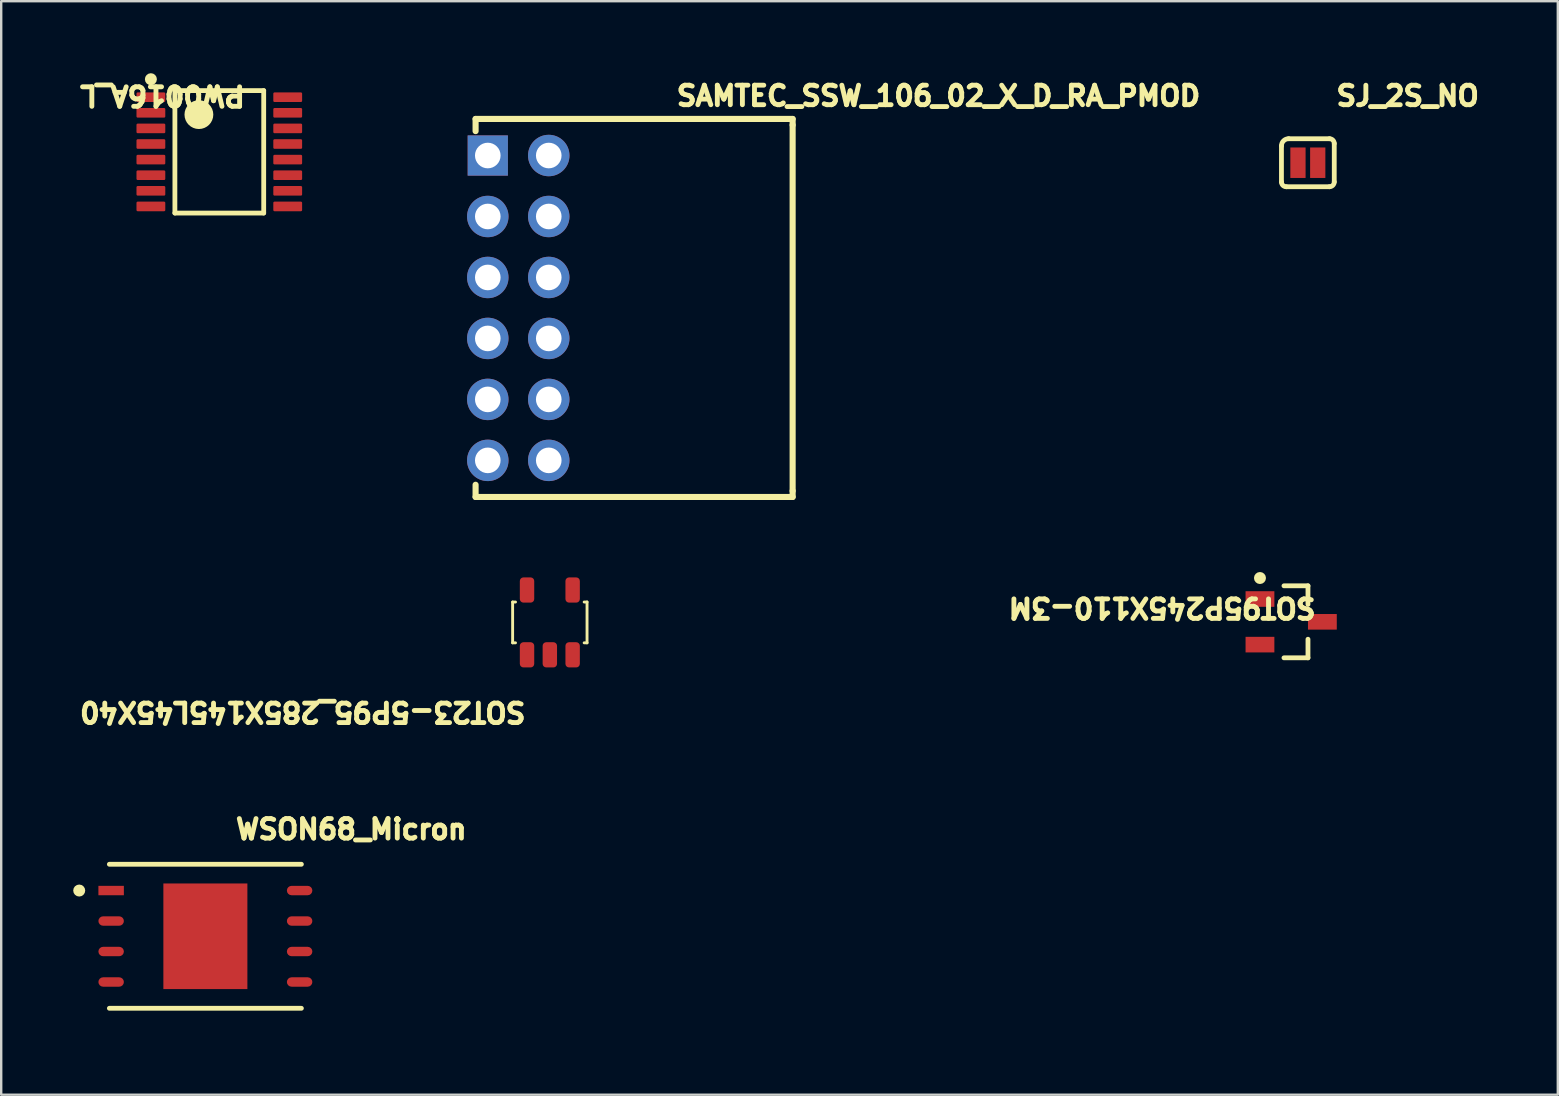
<source format=kicad_pcb>
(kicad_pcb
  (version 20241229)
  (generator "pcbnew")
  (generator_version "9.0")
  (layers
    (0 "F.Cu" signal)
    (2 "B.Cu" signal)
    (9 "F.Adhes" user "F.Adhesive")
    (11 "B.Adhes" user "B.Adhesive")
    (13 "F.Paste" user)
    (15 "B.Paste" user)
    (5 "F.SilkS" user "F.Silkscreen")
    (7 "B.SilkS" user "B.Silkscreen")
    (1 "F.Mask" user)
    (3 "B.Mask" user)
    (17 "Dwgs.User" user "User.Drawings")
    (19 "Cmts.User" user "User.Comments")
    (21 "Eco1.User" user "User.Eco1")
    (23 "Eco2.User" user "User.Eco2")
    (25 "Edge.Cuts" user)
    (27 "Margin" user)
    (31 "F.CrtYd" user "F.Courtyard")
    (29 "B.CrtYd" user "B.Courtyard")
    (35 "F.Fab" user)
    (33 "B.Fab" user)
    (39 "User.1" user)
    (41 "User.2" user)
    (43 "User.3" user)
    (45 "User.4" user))
  (footprint "SAMTEC_SSW_106_02_X_D_RA_PMOD"
    (layer "F.Cu")
    (at 17.271 3.429)
    (property "Reference" "SAMTEC_SSW_106_02_X_D_RA_PMOD" (at 7.764 -2.007 0) (unlocked yes) (layer "F.SilkS") (effects (font (size 0.813 0.813) (thickness 0.203)) (justify left bottom)))
    (fp_line (start -0.508 -1.016) (end -0.508 -1.524) (stroke (width 0.254) (type solid)) (layer "F.SilkS"))
    (fp_line (start -0.508 14.224) (end -0.508 13.716) (stroke (width 0.254) (type solid)) (layer "F.SilkS"))
    (fp_line (start 12.7 -1.524) (end -0.508 -1.524) (stroke (width 0.254) (type solid)) (layer "F.SilkS"))
    (fp_line (start 12.7 -1.27) (end 12.7 -1.524) (stroke (width 0.254) (type solid)) (layer "F.SilkS"))
    (fp_line (start 12.7 13.97) (end 12.7 -1.27) (stroke (width 0.254) (type solid)) (layer "F.SilkS"))
    (fp_line (start 12.7 14.224) (end -0.508 14.224) (stroke (width 0.254) (type solid)) (layer "F.SilkS"))
    (fp_line (start 12.7 14.224) (end 12.7 13.97) (stroke (width 0.254) (type solid)) (layer "F.SilkS"))
    (pad "1" thru_hole rect (at 0 0) (size 1.676 1.676) (drill 1.067) (layers "*.Cu" "*.Mask"))
    (pad "2" thru_hole circle (at 0 2.54) (size 1.727 1.727) (drill 1.067) (layers "*.Cu" "*.Mask"))
    (pad "3" thru_hole circle (at 0 5.08) (size 1.727 1.727) (drill 1.067) (layers "*.Cu" "*.Mask"))
    (pad "4" thru_hole circle (at 0 7.62) (size 1.727 1.727) (drill 1.067) (layers "*.Cu" "*.Mask"))
    (pad "5" thru_hole circle (at 0 10.16) (size 1.727 1.727) (drill 1.067) (layers "*.Cu" "*.Mask"))
    (pad "6" thru_hole circle (at 0 12.7) (size 1.727 1.727) (drill 1.067) (layers "*.Cu" "*.Mask"))
    (pad "7" thru_hole circle (at 2.54 0) (size 1.727 1.727) (drill 1.067) (layers "*.Cu" "*.Mask"))
    (pad "8" thru_hole circle (at 2.54 2.54) (size 1.727 1.727) (drill 1.067) (layers "*.Cu" "*.Mask"))
    (pad "9" thru_hole circle (at 2.54 5.08) (size 1.727 1.727) (drill 1.067) (layers "*.Cu" "*.Mask"))
    (pad "10" thru_hole circle (at 2.54 7.62) (size 1.727 1.727) (drill 1.067) (layers "*.Cu" "*.Mask"))
    (pad "11" thru_hole circle (at 2.54 10.16) (size 1.727 1.727) (drill 1.067) (layers "*.Cu" "*.Mask"))
    (pad "12" thru_hole circle (at 2.54 12.7) (size 1.727 1.727) (drill 1.067) (layers "*.Cu" "*.Mask")))
  (footprint "PW0016A_L"
    (layer "F.Cu")
    (at 6.086 3.275)
    (property "Reference" "PW0016A_L" (at 1.173 -2.819 180) (unlocked yes) (layer "F.SilkS") (effects (font (size 0.813 0.813) (thickness 0.203)) (justify left bottom)))
    (fp_line (start -1.85 -2.55) (end -1.85 2.55) (stroke (width 0.2) (type solid)) (layer "F.SilkS"))
    (fp_line (start -1.85 -2.55) (end 1.85 -2.55) (stroke (width 0.2) (type solid)) (layer "F.SilkS"))
    (fp_line (start -1.85 2.55) (end 1.85 2.55) (stroke (width 0.2) (type solid)) (layer "F.SilkS"))
    (fp_line (start 1.85 -2.55) (end 1.85 2.55) (stroke (width 0.2) (type solid)) (layer "F.SilkS"))
    (fp_circle (center -2.85 -3.025) (end -2.85 -3.15) (stroke (width 0.25) (type solid)) (fill no) (layer "F.SilkS"))
    (fp_circle (center -0.85 -1.55) (end -0.85 -1.85) (stroke (width 0.6) (type solid)) (fill no) (layer "F.SilkS"))
    (fp_line (start -3.55 -2.65) (end -3.55 2.65) (stroke (width 0.05) (type solid)) (layer "Eco1.User"))
    (fp_line (start -3.55 -2.65) (end 3.55 -2.65) (stroke (width 0.05) (type solid)) (layer "Eco1.User"))
    (fp_line (start -3.55 2.65) (end 3.55 2.65) (stroke (width 0.05) (type solid)) (layer "Eco1.User"))
    (fp_line (start -2.25 -2.55) (end -2.25 2.55) (stroke (width 0.1) (type solid)) (layer "Eco1.User"))
    (fp_line (start -2.25 -2.55) (end 2.25 -2.55) (stroke (width 0.1) (type solid)) (layer "Eco1.User"))
    (fp_line (start -2.25 2.55) (end 2.25 2.55) (stroke (width 0.1) (type solid)) (layer "Eco1.User"))
    (fp_line (start -0.5 0) (end 0.5 0) (stroke (width 0.1) (type solid)) (layer "Eco1.User"))
    (fp_line (start 0 -0.5) (end 0 0.5) (stroke (width 0.1) (type solid)) (layer "Eco1.User"))
    (fp_line (start 2.25 -2.55) (end 2.25 2.55) (stroke (width 0.1) (type solid)) (layer "Eco1.User"))
    (fp_line (start 3.55 -2.65) (end 3.55 2.65) (stroke (width 0.05) (type solid)) (layer "Eco1.User"))
    (fp_circle (center -1.35 -1.65) (end -1.35 -2.15) (stroke (width 0.1) (type solid)) (fill no) (layer "Eco1.User"))
    (fp_text user "${REFERENCE}" (at -1.524 0.508 180) (unlocked yes) (layer "User.1") (effects (font (size 1.016 1.016) (thickness 0.178)) (justify left bottom mirror)))
    (pad "1" smd roundrect (at -2.85 -2.275 270) (size 0.4 1.2) (layers "F.Cu" "F.Mask" "F.Paste") (roundrect_rratio 0.125))
    (pad "2" smd roundrect (at -2.85 -1.625 270) (size 0.4 1.2) (layers "F.Cu" "F.Mask" "F.Paste") (roundrect_rratio 0.125))
    (pad "3" smd roundrect (at -2.85 -0.975 270) (size 0.4 1.2) (layers "F.Cu" "F.Mask" "F.Paste") (roundrect_rratio 0.125))
    (pad "4" smd roundrect (at -2.85 -0.325 270) (size 0.4 1.2) (layers "F.Cu" "F.Mask" "F.Paste") (roundrect_rratio 0.125))
    (pad "5" smd roundrect (at -2.85 0.325 270) (size 0.4 1.2) (layers "F.Cu" "F.Mask" "F.Paste") (roundrect_rratio 0.125))
    (pad "6" smd roundrect (at -2.85 0.975 270) (size 0.4 1.2) (layers "F.Cu" "F.Mask" "F.Paste") (roundrect_rratio 0.125))
    (pad "7" smd roundrect (at -2.85 1.625 270) (size 0.4 1.2) (layers "F.Cu" "F.Mask" "F.Paste") (roundrect_rratio 0.125))
    (pad "8" smd roundrect (at -2.85 2.275 270) (size 0.4 1.2) (layers "F.Cu" "F.Mask" "F.Paste") (roundrect_rratio 0.125))
    (pad "9" smd roundrect (at 2.85 2.275 270) (size 0.4 1.2) (layers "F.Cu" "F.Mask" "F.Paste") (roundrect_rratio 0.125))
    (pad "10" smd roundrect (at 2.85 1.625 270) (size 0.4 1.2) (layers "F.Cu" "F.Mask" "F.Paste") (roundrect_rratio 0.125))
    (pad "11" smd roundrect (at 2.85 0.975 270) (size 0.4 1.2) (layers "F.Cu" "F.Mask" "F.Paste") (roundrect_rratio 0.125))
    (pad "12" smd roundrect (at 2.85 0.325 270) (size 0.4 1.2) (layers "F.Cu" "F.Mask" "F.Paste") (roundrect_rratio 0.125))
    (pad "13" smd roundrect (at 2.85 -0.325 270) (size 0.4 1.2) (layers "F.Cu" "F.Mask" "F.Paste") (roundrect_rratio 0.125))
    (pad "14" smd roundrect (at 2.85 -0.975 270) (size 0.4 1.2) (layers "F.Cu" "F.Mask" "F.Paste") (roundrect_rratio 0.125))
    (pad "15" smd roundrect (at 2.85 -1.625 270) (size 0.4 1.2) (layers "F.Cu" "F.Mask" "F.Paste") (roundrect_rratio 0.125))
    (pad "16" smd roundrect (at 2.85 -2.275 270) (size 0.4 1.2) (layers "F.Cu" "F.Mask" "F.Paste") (roundrect_rratio 0.125)))
  (footprint "WSON68_Micron"
    (layer "F.Cu")
    (at 5.506 35.955)
    (property "Reference" "WSON68_Micron" (at 1.164 -3.98 0) (unlocked yes) (layer "F.SilkS") (effects (font (size 0.813 0.813) (thickness 0.203)) (justify left bottom)))
    (fp_line (start 4 -3) (end -4 -3) (stroke (width 0.2) (type solid)) (layer "F.SilkS"))
    (fp_line (start 4 3) (end -4 3) (stroke (width 0.2) (type solid)) (layer "F.SilkS"))
    (fp_circle (center -5.256 -1.905) (end -5.131 -1.905) (stroke (width 0.25) (type solid)) (fill no) (layer "F.SilkS"))
    (fp_rect (start 1.036 1.486) (end -1.036 -1.486) (stroke (width 0) (type default)) (fill yes) (layer "F.Paste"))
    (fp_line (start -4.956 -3.5) (end -4.956 3.5) (stroke (width 0.2) (type solid)) (layer "Eco1.User"))
    (fp_line (start -4.956 -3.5) (end -4.956 3.5) (stroke (width 0.2) (type solid)) (layer "Eco1.User"))
    (fp_line (start -4 -3) (end -4 3) (stroke (width 0.2) (type solid)) (layer "Eco1.User"))
    (fp_line (start 0 -0.5) (end 0 0.5) (stroke (width 0.1) (type solid)) (layer "Eco1.User"))
    (fp_line (start 0.5 0) (end -0.5 0) (stroke (width 0.1) (type solid)) (layer "Eco1.User"))
    (fp_line (start 4 -3) (end -4 -3) (stroke (width 0.2) (type solid)) (layer "Eco1.User"))
    (fp_line (start 4 -3) (end 4 3) (stroke (width 0.2) (type solid)) (layer "Eco1.User"))
    (fp_line (start 4 3) (end -4 3) (stroke (width 0.2) (type solid)) (layer "Eco1.User"))
    (fp_line (start 4.956 -3.5) (end -4.956 -3.5) (stroke (width 0.2) (type solid)) (layer "Eco1.User"))
    (fp_line (start 4.956 -3.5) (end -4.956 -3.5) (stroke (width 0.2) (type solid)) (layer "Eco1.User"))
    (fp_line (start 4.956 -3.5) (end 4.956 3.5) (stroke (width 0.2) (type solid)) (layer "Eco1.User"))
    (fp_line (start 4.956 -3.5) (end 4.956 3.5) (stroke (width 0.2) (type solid)) (layer "Eco1.User"))
    (fp_line (start 4.956 3.5) (end -4.956 3.5) (stroke (width 0.2) (type solid)) (layer "Eco1.User"))
    (fp_line (start 4.956 3.5) (end -4.956 3.5) (stroke (width 0.2) (type solid)) (layer "Eco1.User"))
    (fp_text user "${REFERENCE}" (at 0 0.178 180) (unlocked yes) (layer "Eco1.User") (effects (font (face "Arial") (size 0.63 0.63) (thickness 0.1)) (justify left bottom mirror)))
    (pad "1" smd rect (at -3.926 -1.905 180) (size 1.061 0.392) (layers "F.Cu" "F.Mask" "F.Paste"))
    (pad "2" smd roundrect (at -3.926 -0.635 180) (size 1.061 0.392) (layers "F.Cu" "F.Mask" "F.Paste") (roundrect_rratio 0.5))
    (pad "3" smd roundrect (at -3.926 0.635 180) (size 1.061 0.392) (layers "F.Cu" "F.Mask" "F.Paste") (roundrect_rratio 0.5))
    (pad "4" smd roundrect (at -3.926 1.905 180) (size 1.061 0.392) (layers "F.Cu" "F.Mask" "F.Paste") (roundrect_rratio 0.5))
    (pad "5" smd roundrect (at 3.926 1.905 180) (size 1.061 0.392) (layers "F.Cu" "F.Mask" "F.Paste") (roundrect_rratio 0.5))
    (pad "6" smd roundrect (at 3.926 0.635 180) (size 1.061 0.392) (layers "F.Cu" "F.Mask" "F.Paste") (roundrect_rratio 0.5))
    (pad "7" smd roundrect (at 3.926 -0.635 180) (size 1.061 0.392) (layers "F.Cu" "F.Mask" "F.Paste") (roundrect_rratio 0.5))
    (pad "8" smd roundrect (at 3.926 -1.905 180) (size 1.061 0.392) (layers "F.Cu" "F.Mask" "F.Paste") (roundrect_rratio 0.5))
    (pad "9" smd rect (at 0 0 180) (size 3.5 4.4) (layers "F.Cu" "F.Mask" "F.Paste")))
  (footprint "SJ_2S_NO"
    (layer "F.Cu")
    (at 51.435 3.729)
    (property "Reference" "SJ_2S_NO" (at 1.083 -2.306 0) (unlocked yes) (layer "F.SilkS") (effects (font (size 0.813 0.813) (thickness 0.203)) (justify left bottom)))
    (attr allow_soldermask_bridges)
    (fp_rect (start 0.9 0.8) (end -0.9 -0.8) (stroke (width 0) (type default)) (fill yes) (layer "F.Mask"))
    (fp_line (start -1.1 0.8) (end -1.1 -0.7) (stroke (width 0.2) (type solid)) (layer "F.SilkS"))
    (fp_line (start 0.9 -1) (end -0.8 -1) (stroke (width 0.2) (type solid)) (layer "F.SilkS"))
    (fp_line (start 0.9 1) (end -0.9 1) (stroke (width 0.2) (type solid)) (layer "F.SilkS"))
    (fp_line (start 1.1 0.8) (end 1.1 -0.8) (stroke (width 0.2) (type solid)) (layer "F.SilkS"))
    (fp_arc (start -1.1 -0.7) (mid -1.012132 -0.912132) (end -0.8 -1) (stroke (width 0.2) (type solid)) (layer "F.SilkS"))
    (fp_arc (start -0.9 1) (mid -1.041421 0.941421) (end -1.1 0.8) (stroke (width 0.2) (type solid)) (layer "F.SilkS"))
    (fp_arc (start 0.9 -1) (mid 1.041421 -0.941421) (end 1.1 -0.8) (stroke (width 0.2) (type solid)) (layer "F.SilkS"))
    (fp_arc (start 1.1 0.8) (mid 1.041421 0.941421) (end 0.9 1) (stroke (width 0.2) (type solid)) (layer "F.SilkS"))
    (pad "1" smd rect (at -0.412 0 180) (size 0.635 1.27) (layers "F.Cu" "F.Mask" "F.Paste"))
    (pad "2" smd rect (at 0.412 0 180) (size 0.635 1.27) (layers "F.Cu" "F.Mask" "F.Paste")))
  (footprint "SOT23-5P95_285X145L45X40"
    (layer "F.Cu")
    (at 19.856 22.88)
    (property "Reference" "SOT23-5P95_285X145L45X40" (at -0.908 3.25 180) (unlocked yes) (layer "F.SilkS") (effects (font (size 0.813 0.813) (thickness 0.203)) (justify left bottom)))
    (fp_line (start -1.55 -0.85) (end -1.55 0.85) (stroke (width 0.12) (type solid)) (layer "F.SilkS"))
    (fp_line (start -1.43 -0.85) (end -1.55 -0.85) (stroke (width 0.12) (type solid)) (layer "F.SilkS"))
    (fp_line (start -1.43 0.85) (end -1.55 0.85) (stroke (width 0.12) (type solid)) (layer "F.SilkS"))
    (fp_line (start 1.55 -0.85) (end 1.43 -0.85) (stroke (width 0.12) (type solid)) (layer "F.SilkS"))
    (fp_line (start 1.55 -0.85) (end 1.55 0.85) (stroke (width 0.12) (type solid)) (layer "F.SilkS"))
    (fp_line (start 1.55 0.85) (end 1.43 0.85) (stroke (width 0.12) (type solid)) (layer "F.SilkS"))
    (fp_line (start -1.75 -1.05) (end -1.75 1.05) (stroke (width 0.05) (type solid)) (layer "Eco1.User"))
    (fp_line (start -1.45 -2.075) (end -1.45 -1.05) (stroke (width 0.05) (type solid)) (layer "Eco1.User"))
    (fp_line (start -1.45 -2.075) (end 1.45 -2.075) (stroke (width 0.05) (type solid)) (layer "Eco1.User"))
    (fp_line (start -1.45 -1.05) (end -1.75 -1.05) (stroke (width 0.05) (type solid)) (layer "Eco1.User"))
    (fp_line (start -1.45 1.05) (end -1.75 1.05) (stroke (width 0.05) (type solid)) (layer "Eco1.User"))
    (fp_line (start -1.45 1.05) (end -1.45 2.075) (stroke (width 0.05) (type solid)) (layer "Eco1.User"))
    (fp_line (start -1.45 2.075) (end 1.45 2.075) (stroke (width 0.05) (type solid)) (layer "Eco1.User"))
    (fp_line (start 0 -0.35) (end 0 0.35) (stroke (width 0.05) (type solid)) (layer "Eco1.User"))
    (fp_line (start 0.35 0) (end -0.35 0) (stroke (width 0.05) (type solid)) (layer "Eco1.User"))
    (fp_line (start 1.45 -2.075) (end 1.45 -1.05) (stroke (width 0.05) (type solid)) (layer "Eco1.User"))
    (fp_line (start 1.45 1.05) (end 1.45 2.075) (stroke (width 0.05) (type solid)) (layer "Eco1.User"))
    (fp_line (start 1.75 -1.05) (end 1.45 -1.05) (stroke (width 0.05) (type solid)) (layer "Eco1.User"))
    (fp_line (start 1.75 -1.05) (end 1.75 1.05) (stroke (width 0.05) (type solid)) (layer "Eco1.User"))
    (fp_line (start 1.75 1.05) (end 1.45 1.05) (stroke (width 0.05) (type solid)) (layer "Eco1.User"))
    (fp_circle (center 0 0) (end 0.25 0) (stroke (width 0.05) (type solid)) (fill no) (layer "Eco1.User"))
    (fp_line (start -1.5 -0.8) (end -1.5 0.8) (stroke (width 0.025) (type solid)) (layer "Eco2.User"))
    (fp_line (start -1.15 -1.425) (end -1.15 -0.975) (stroke (width 0.025) (type solid)) (layer "Eco2.User"))
    (fp_line (start -1.15 -1.425) (end -0.75 -1.425) (stroke (width 0.025) (type solid)) (layer "Eco2.User"))
    (fp_line (start -1.15 0.975) (end -1.15 1.425) (stroke (width 0.025) (type solid)) (layer "Eco2.User"))
    (fp_line (start -0.75 -1.425) (end -0.75 -0.975) (stroke (width 0.025) (type solid)) (layer "Eco2.User"))
    (fp_line (start -0.75 -0.975) (end -1.15 -0.975) (stroke (width 0.025) (type solid)) (layer "Eco2.User"))
    (fp_line (start -0.75 0.975) (end -1.15 0.975) (stroke (width 0.025) (type solid)) (layer "Eco2.User"))
    (fp_line (start -0.75 0.975) (end -0.75 1.425) (stroke (width 0.025) (type solid)) (layer "Eco2.User"))
    (fp_line (start -0.75 1.425) (end -1.15 1.425) (stroke (width 0.025) (type solid)) (layer "Eco2.User"))
    (fp_line (start -0.2 0.975) (end -0.2 1.425) (stroke (width 0.025) (type solid)) (layer "Eco2.User"))
    (fp_line (start -0.2 1.425) (end 0.2 1.425) (stroke (width 0.025) (type solid)) (layer "Eco2.User"))
    (fp_line (start 0.2 0.975) (end -0.2 0.975) (stroke (width 0.025) (type solid)) (layer "Eco2.User"))
    (fp_line (start 0.2 0.975) (end 0.2 1.425) (stroke (width 0.025) (type solid)) (layer "Eco2.User"))
    (fp_line (start 0.75 -1.425) (end 0.75 -0.975) (stroke (width 0.025) (type solid)) (layer "Eco2.User"))
    (fp_line (start 0.75 0.975) (end 0.75 1.425) (stroke (width 0.025) (type solid)) (layer "Eco2.User"))
    (fp_line (start 0.75 0.975) (end 1.15 0.975) (stroke (width 0.025) (type solid)) (layer "Eco2.User"))
    (fp_line (start 1.15 -1.425) (end 0.75 -1.425) (stroke (width 0.025) (type solid)) (layer "Eco2.User"))
    (fp_line (start 1.15 -1.425) (end 1.15 -0.975) (stroke (width 0.025) (type solid)) (layer "Eco2.User"))
    (fp_line (start 1.15 -0.975) (end 0.75 -0.975) (stroke (width 0.025) (type solid)) (layer "Eco2.User"))
    (fp_line (start 1.15 0.975) (end 1.15 1.425) (stroke (width 0.025) (type solid)) (layer "Eco2.User"))
    (fp_line (start 1.15 1.425) (end 0.75 1.425) (stroke (width 0.025) (type solid)) (layer "Eco2.User"))
    (fp_line (start 1.5 -0.8) (end -1.5 -0.8) (stroke (width 0.025) (type solid)) (layer "Eco2.User"))
    (fp_line (start 1.5 -0.8) (end 1.5 0.8) (stroke (width 0.025) (type solid)) (layer "Eco2.User"))
    (fp_line (start 1.5 0.8) (end -1.5 0.8) (stroke (width 0.025) (type solid)) (layer "Eco2.User"))
    (fp_line (start -1.55 -0.85) (end -1.55 0.85) (stroke (width 0.12) (type solid)) (layer "User.8"))
    (fp_line (start 1.55 -0.85) (end -1.55 -0.85) (stroke (width 0.12) (type solid)) (layer "User.8"))
    (fp_line (start 1.55 -0.85) (end 1.55 0.85) (stroke (width 0.12) (type solid)) (layer "User.8"))
    (fp_line (start 1.55 0.85) (end -1.55 0.85) (stroke (width 0.12) (type solid)) (layer "User.8"))
    (fp_text user "${REFERENCE}" (at 0 0 180) (unlocked yes) (layer "User.8") (effects (font (face "Arial") (size 0.756 0.756) (thickness 0.254)) (justify left bottom mirror)))
    (pad "1" smd roundrect (at -0.95 1.35 90) (size 1.05 0.6) (layers "F.Cu" "F.Mask" "F.Paste") (roundrect_rratio 0.25))
    (pad "2" smd roundrect (at 0 1.35 90) (size 1.05 0.6) (layers "F.Cu" "F.Mask" "F.Paste") (roundrect_rratio 0.25))
    (pad "3" smd roundrect (at 0.95 1.35 90) (size 1.05 0.6) (layers "F.Cu" "F.Mask" "F.Paste") (roundrect_rratio 0.25))
    (pad "4" smd roundrect (at 0.95 -1.35 270) (size 1.05 0.6) (layers "F.Cu" "F.Mask" "F.Paste") (roundrect_rratio 0.25))
    (pad "5" smd roundrect (at -0.95 -1.35 270) (size 1.05 0.6) (layers "F.Cu" "F.Mask" "F.Paste") (roundrect_rratio 0.25)))
  (footprint "SOT95P245X110-3M"
    (layer "F.Cu")
    (at 50.74 22.855)
    (property "Reference" "SOT95P245X110-3M" (at 1.126 -1.066 180) (unlocked yes) (layer "F.SilkS") (effects (font (size 0.813 0.813) (thickness 0.203)) (justify left bottom)))
    (fp_line (start -0.3 -1.5) (end 0.7 -1.5) (stroke (width 0.2) (type solid)) (layer "F.SilkS"))
    (fp_line (start -0.3 1.5) (end 0.7 1.5) (stroke (width 0.2) (type solid)) (layer "F.SilkS"))
    (fp_line (start 0.7 -0.725) (end 0.7 -1.5) (stroke (width 0.2) (type solid)) (layer "F.SilkS"))
    (fp_line (start 0.7 1.5) (end 0.7 0.725) (stroke (width 0.2) (type solid)) (layer "F.SilkS"))
    (fp_circle (center -1.3 -1.825) (end -1.425 -1.825) (stroke (width 0.25) (type solid)) (fill no) (layer "F.SilkS"))
    (fp_line (start -2.375 -2) (end 2.375 -2) (stroke (width 0.05) (type solid)) (layer "Eco1.User"))
    (fp_line (start -2.375 2) (end -2.375 -2) (stroke (width 0.05) (type solid)) (layer "Eco1.User"))
    (fp_line (start -2.375 2) (end 2.375 2) (stroke (width 0.05) (type solid)) (layer "Eco1.User"))
    (fp_line (start -0.7 -1.5) (end 0.7 -1.5) (stroke (width 0.1) (type solid)) (layer "Eco1.User"))
    (fp_line (start -0.7 1.5) (end -0.7 -1.5) (stroke (width 0.1) (type solid)) (layer "Eco1.User"))
    (fp_line (start -0.7 1.5) (end 0.7 1.5) (stroke (width 0.1) (type solid)) (layer "Eco1.User"))
    (fp_line (start -0.5 0) (end 0.5 0) (stroke (width 0.1) (type solid)) (layer "Eco1.User"))
    (fp_line (start 0 0.5) (end 0 -0.5) (stroke (width 0.1) (type solid)) (layer "Eco1.User"))
    (fp_line (start 0.7 1.5) (end 0.7 -1.5) (stroke (width 0.1) (type solid)) (layer "Eco1.User"))
    (fp_line (start 2.375 2) (end 2.375 -2) (stroke (width 0.05) (type solid)) (layer "Eco1.User"))
    (pad "1" smd rect (at -1.3 -0.95 270) (size 0.65 1.2) (layers "F.Cu" "F.Mask" "F.Paste"))
    (pad "2" smd rect (at -1.3 0.95 270) (size 0.65 1.2) (layers "F.Cu" "F.Mask" "F.Paste"))
    (pad "3" smd rect (at 1.3 0 270) (size 0.65 1.2) (layers "F.Cu" "F.Mask" "F.Paste")))
  (gr_rect
    (start -3 -3)
    (end 61.848 42.555)
    (stroke (width 0.1) (type default))
    (fill no)
    (layer "Edge.Cuts")))
</source>
